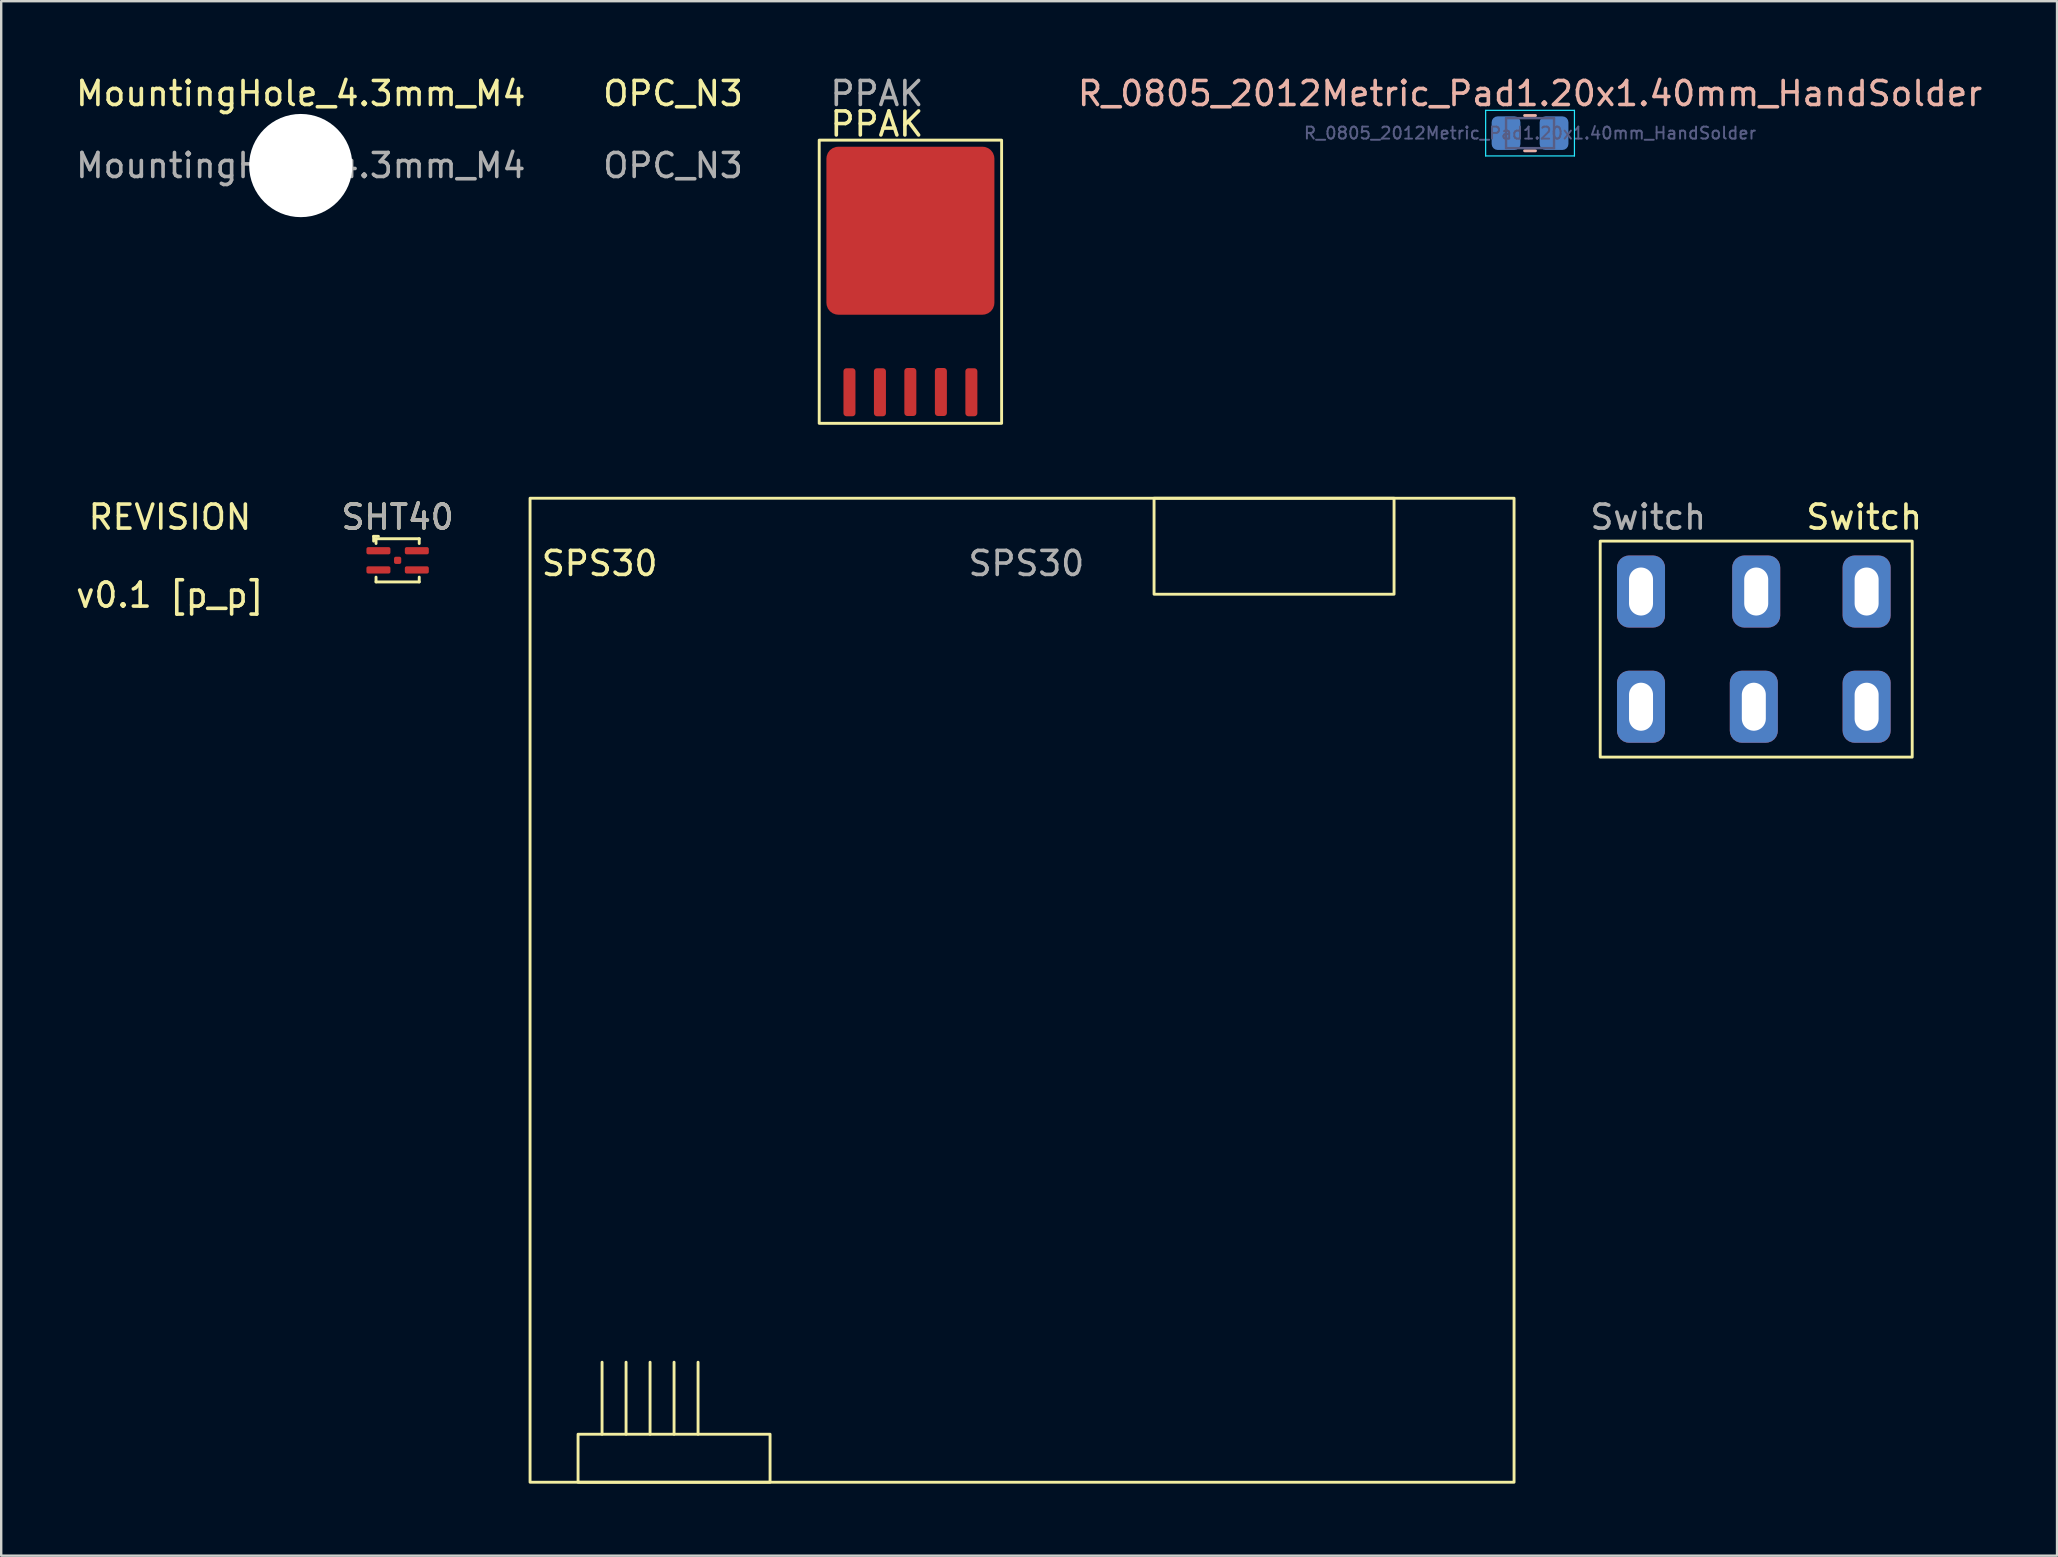
<source format=kicad_pcb>
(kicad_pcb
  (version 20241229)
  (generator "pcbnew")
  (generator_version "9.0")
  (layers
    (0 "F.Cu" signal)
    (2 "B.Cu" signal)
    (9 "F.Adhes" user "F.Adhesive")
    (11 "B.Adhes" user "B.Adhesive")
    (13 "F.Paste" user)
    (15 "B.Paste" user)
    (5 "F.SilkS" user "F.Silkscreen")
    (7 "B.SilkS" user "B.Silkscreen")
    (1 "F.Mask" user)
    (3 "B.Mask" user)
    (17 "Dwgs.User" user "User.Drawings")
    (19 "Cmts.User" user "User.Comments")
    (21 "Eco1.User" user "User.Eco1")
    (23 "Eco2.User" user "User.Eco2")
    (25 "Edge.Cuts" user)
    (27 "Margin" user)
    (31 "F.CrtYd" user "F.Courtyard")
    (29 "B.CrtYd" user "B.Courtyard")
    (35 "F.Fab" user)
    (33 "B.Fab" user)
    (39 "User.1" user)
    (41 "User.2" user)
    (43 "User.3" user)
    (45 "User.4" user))
  (footprint "SPS30"
    (layer "F.Cu")
    (at 39.716 35.669)
    (property "Reference" "SPS30" (at -17.78 -15.24 0) (unlocked yes) (layer "F.SilkS") (effects (font (size 1 1) (thickness 0.15))))
    (attr through_hole)
    (fp_line (start -17.68 21.04) (end -17.68 18.04) (stroke (width 0.12) (type solid)) (layer "F.SilkS"))
    (fp_line (start -16.68 21.04) (end -16.68 18.04) (stroke (width 0.12) (type solid)) (layer "F.SilkS"))
    (fp_line (start -15.68 21.04) (end -15.68 18.04) (stroke (width 0.12) (type solid)) (layer "F.SilkS"))
    (fp_line (start -14.68 21.04) (end -14.68 18.04) (stroke (width 0.12) (type solid)) (layer "F.SilkS"))
    (fp_line (start -13.68 21.04) (end -13.68 18.04) (stroke (width 0.12) (type solid)) (layer "F.SilkS"))
    (fp_rect (start -20.68 -17.96) (end 20.32 23.04) (stroke (width 0.12) (type solid)) (fill no) (layer "F.SilkS"))
    (fp_rect (start -18.68 23.04) (end -10.68 21.04) (stroke (width 0.12) (type solid)) (fill no) (layer "F.SilkS"))
    (fp_rect (start 15.32 -17.96) (end 5.32 -13.96) (stroke (width 0.12) (type solid)) (fill no) (layer "F.SilkS"))
    (fp_text user "${REFERENCE}" (at 0 -15.24 0) (unlocked yes) (layer "F.Fab") (effects (font (size 1 1) (thickness 0.15)))))
  (footprint "MountingHole_4.3mm_M4"
    (layer "F.Cu")
    (at 9.482 3.848)
    (property "Reference" "MountingHole_4.3mm_M4" (at 0 -3 0) (layer "F.SilkS") (effects (font (size 1 1) (thickness 0.15))))
    (attr exclude_from_pos_files)
    (fp_text user "${REFERENCE}" (at 0 0 0) (layer "F.Fab") (effects (font (size 1 1) (thickness 0.15))))
    (pad "" np_thru_hole circle (at 0 0) (size 4.3 4.3) (drill 4.3) (layers "*.Cu" "*.Mask")))
  (footprint "PPAK"
    (layer "F.Cu")
    (at 34.884 11.389)
    (property "Reference" "PPAK" (at -1.397 -9.271 0) (unlocked yes) (layer "F.SilkS") (effects (font (size 1 1) (thickness 0.15))))
    (attr smd)
    (fp_rect (start -3.8 -8.6) (end 3.8 3.2) (stroke (width 0.12) (type solid)) (fill no) (layer "F.SilkS"))
    (fp_text user "${REFERENCE}" (at -1.397 -10.541 0) (unlocked yes) (layer "F.Fab") (effects (font (size 1 1) (thickness 0.15))))
    (pad "1" smd roundrect (at -2.54 1.905 180) (size 0.5 2) (layers "F.Cu" "F.Mask" "F.Paste") (roundrect_rratio 0.25))
    (pad "2" smd roundrect (at -1.27 1.905 180) (size 0.5 2) (layers "F.Cu" "F.Mask" "F.Paste") (roundrect_rratio 0.25))
    (pad "3" smd roundrect (at -0.003 1.894 180) (size 0.5 2) (layers "F.Cu" "F.Mask" "F.Paste") (roundrect_rratio 0.25))
    (pad "4" smd roundrect (at 1.27 1.894 180) (size 0.5 2) (layers "F.Cu" "F.Mask" "F.Paste") (roundrect_rratio 0.25))
    (pad "5" smd roundrect (at 2.54 1.905 180) (size 0.5 2) (layers "F.Cu" "F.Mask" "F.Paste") (roundrect_rratio 0.25))
    (pad "6" smd roundrect (at 0 -4.826 180) (size 7 7) (layers "F.Cu" "F.Mask" "F.Paste") (roundrect_rratio 0.071)))
  (footprint "REVISION"
    (layer "F.Cu")
    (at 4.03 18.997)
    (property "Reference" "REVISION" (at 0 -0.5 0) (unlocked yes) (layer "F.SilkS") (effects (font (size 1 1) (thickness 0.15))))
    (attr through_hole)
    (fp_text user "v0.1 [p_p]" (at 0 2.75 0) (unlocked yes) (layer "F.SilkS") (effects (font (size 1 1) (thickness 0.15)))))
  (footprint "SHT40"
    (layer "F.Cu")
    (at 13.518 20.297)
    (property "Reference" "SHT40" (at 0 -1.8 0) (unlocked yes) (layer "F.SilkS") (effects (font (size 1 1) (thickness 0.15))))
    (attr smd)
    (fp_line (start -1 -1) (end -0.8 -1) (stroke (width 0.12) (type solid)) (layer "F.SilkS"))
    (fp_line (start -1 -0.8) (end -1 -1) (stroke (width 0.12) (type solid)) (layer "F.SilkS"))
    (fp_line (start -0.9 -0.9) (end 0.9 -0.9) (stroke (width 0.12) (type solid)) (layer "F.SilkS"))
    (fp_line (start -0.9 -0.7) (end -0.9 -0.9) (stroke (width 0.12) (type solid)) (layer "F.SilkS"))
    (fp_line (start -0.9 0.7) (end -0.9 0.9) (stroke (width 0.12) (type solid)) (layer "F.SilkS"))
    (fp_line (start -0.9 0.9) (end 0.9 0.9) (stroke (width 0.12) (type solid)) (layer "F.SilkS"))
    (fp_line (start 0.9 -0.9) (end 0.9 -0.7) (stroke (width 0.12) (type solid)) (layer "F.SilkS"))
    (fp_line (start 0.9 0.9) (end 0.9 0.7) (stroke (width 0.12) (type solid)) (layer "F.SilkS"))
    (fp_text user "${REFERENCE}" (at 0 -1.8 0) (unlocked yes) (layer "F.Fab") (effects (font (size 1 1) (thickness 0.15))))
    (pad "1" smd roundrect (at -0.8 -0.4) (size 1 0.3) (layers "F.Cu" "F.Mask" "F.Paste") (roundrect_rratio 0.25))
    (pad "2" smd roundrect (at -0.8 0.4) (size 1 0.3) (layers "F.Cu" "F.Mask" "F.Paste") (roundrect_rratio 0.25))
    (pad "3" smd roundrect (at 0.8 0.4) (size 1 0.3) (layers "F.Cu" "F.Mask" "F.Paste") (roundrect_rratio 0.25))
    (pad "4" smd roundrect (at 0.8 -0.4) (size 1 0.3) (layers "F.Cu" "F.Mask" "F.Paste") (roundrect_rratio 0.25))
    (pad "5" smd roundrect (at 0 0) (size 0.3 0.3) (layers "F.Cu" "F.Mask" "F.Paste") (roundrect_rratio 0.25)))
  (footprint "OPC_N3"
    (layer "F.Cu")
    (at 24.994 1.348)
    (property "Reference" "OPC_N3" (at 0 -0.5 0) (unlocked yes) (layer "F.SilkS") (effects (font (size 1 1) (thickness 0.15))))
    (attr through_hole)
    (fp_text user "${REFERENCE}" (at 0 2.5 0) (unlocked yes) (layer "F.Fab") (effects (font (size 1 1) (thickness 0.15)))))
  (footprint "Switch"
    (layer "F.Cu")
    (at 70.126 23.997)
    (property "Reference" "Switch" (at 4.5 -5.5 0) (unlocked yes) (layer "F.SilkS") (effects (font (size 1 1) (thickness 0.15))))
    (attr through_hole)
    (fp_rect (start -6.5 4.5) (end 6.5 -4.5) (stroke (width 0.12) (type solid)) (fill no) (layer "F.SilkS"))
    (fp_text user "${REFERENCE}" (at -4.5 -5.5 0) (unlocked yes) (layer "F.Fab") (effects (font (size 1 1) (thickness 0.15))))
    (pad "1" thru_hole roundrect (at -4.8 2.4) (size 2 3) (drill oval 1 2) (layers "*.Cu" "*.Mask") (roundrect_rratio 0.25))
    (pad "2" thru_hole roundrect (at -0.1 2.4) (size 2 3) (drill oval 1 2) (layers "*.Cu" "*.Mask") (roundrect_rratio 0.25))
    (pad "3" thru_hole roundrect (at 4.6 2.4) (size 2 3) (drill oval 1 2) (layers "*.Cu" "*.Mask") (roundrect_rratio 0.25))
    (pad "4" thru_hole roundrect (at -4.8 -2.4) (size 2 3) (drill oval 1 2) (layers "*.Cu" "*.Mask") (roundrect_rratio 0.25))
    (pad "5" thru_hole roundrect (at 0 -2.4) (size 2 3) (drill oval 1 2) (layers "*.Cu" "*.Mask") (roundrect_rratio 0.25))
    (pad "6" thru_hole roundrect (at 4.6 -2.4) (size 2 3) (drill oval 1 2) (layers "*.Cu" "*.Mask") (roundrect_rratio 0.25)))
  (footprint "R_0805_2012Metric_Pad1.20x1.40mm_HandSolder"
    (layer "B.Cu")
    (at 60.702 2.498)
    (property "Reference" "R_0805_2012Metric_Pad1.20x1.40mm_HandSolder" (at 0 -1.65 0) (layer "B.SilkS") (effects (font (size 1 1) (thickness 0.15))))
    (attr smd)
    (fp_line (start -0.227 -0.735) (end 0.227 -0.735) (stroke (width 0.12) (type solid)) (layer "B.SilkS"))
    (fp_line (start -0.227 0.735) (end 0.227 0.735) (stroke (width 0.12) (type solid)) (layer "B.SilkS"))
    (fp_line (start -1.85 -0.95) (end 1.85 -0.95) (stroke (width 0.05) (type solid)) (layer "B.CrtYd"))
    (fp_line (start -1.85 0.95) (end -1.85 -0.95) (stroke (width 0.05) (type solid)) (layer "B.CrtYd"))
    (fp_line (start 1.85 -0.95) (end 1.85 0.95) (stroke (width 0.05) (type solid)) (layer "B.CrtYd"))
    (fp_line (start 1.85 0.95) (end -1.85 0.95) (stroke (width 0.05) (type solid)) (layer "B.CrtYd"))
    (fp_line (start -1 -0.625) (end 1 -0.625) (stroke (width 0.1) (type solid)) (layer "B.Fab"))
    (fp_line (start -1 0.625) (end -1 -0.625) (stroke (width 0.1) (type solid)) (layer "B.Fab"))
    (fp_line (start 1 -0.625) (end 1 0.625) (stroke (width 0.1) (type solid)) (layer "B.Fab"))
    (fp_line (start 1 0.625) (end -1 0.625) (stroke (width 0.1) (type solid)) (layer "B.Fab"))
    (fp_text user "${REFERENCE}" (at 0 0 0) (layer "B.Fab") (effects (font (size 0.5 0.5) (thickness 0.08))))
    (pad "1" smd roundrect (at -1 0) (size 1.2 1.4) (layers "B.Cu" "B.Mask" "B.Paste") (roundrect_rratio 0.208))
    (pad "2" smd roundrect (at 1 0) (size 1.2 1.4) (layers "B.Cu" "B.Mask" "B.Paste") (roundrect_rratio 0.208)))
  (gr_rect
    (start -3 -3)
    (end 82.66 61.769)
    (stroke (width 0.1) (type default))
    (fill no)
    (layer "Edge.Cuts")))
</source>
